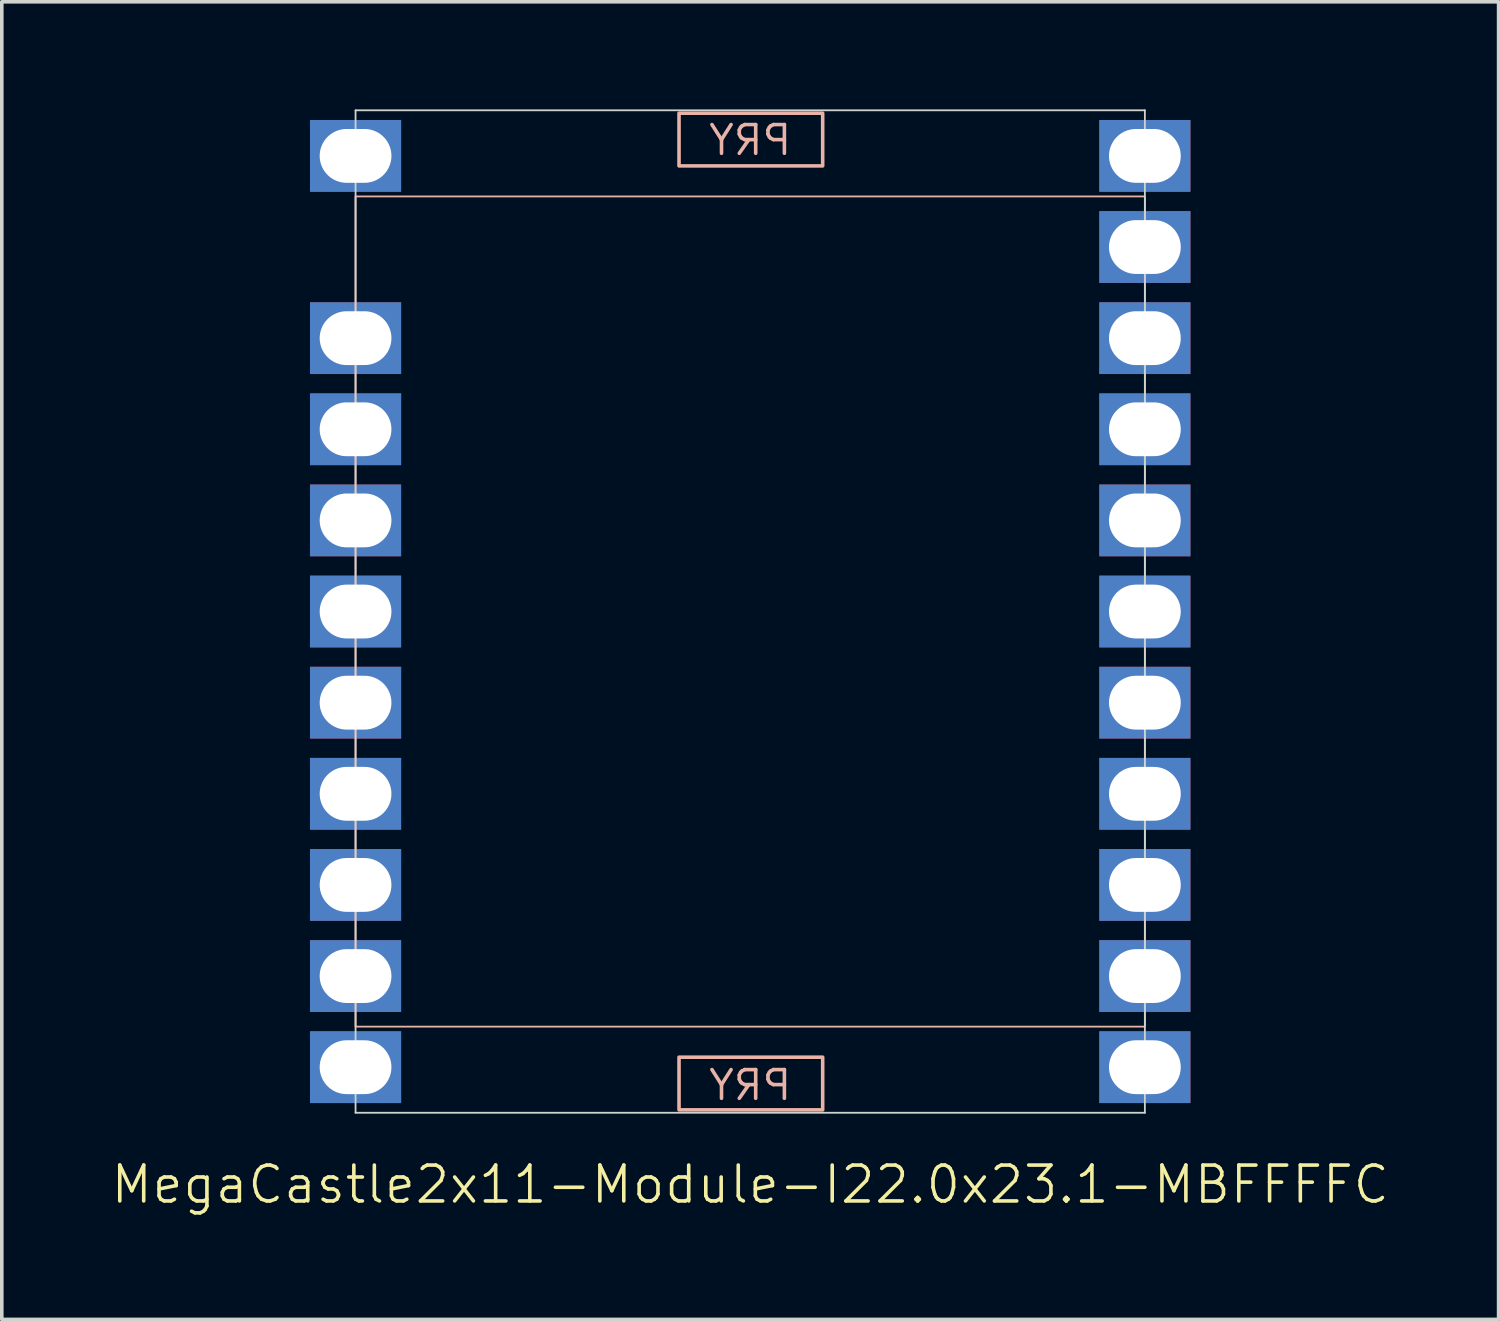
<source format=kicad_pcb>
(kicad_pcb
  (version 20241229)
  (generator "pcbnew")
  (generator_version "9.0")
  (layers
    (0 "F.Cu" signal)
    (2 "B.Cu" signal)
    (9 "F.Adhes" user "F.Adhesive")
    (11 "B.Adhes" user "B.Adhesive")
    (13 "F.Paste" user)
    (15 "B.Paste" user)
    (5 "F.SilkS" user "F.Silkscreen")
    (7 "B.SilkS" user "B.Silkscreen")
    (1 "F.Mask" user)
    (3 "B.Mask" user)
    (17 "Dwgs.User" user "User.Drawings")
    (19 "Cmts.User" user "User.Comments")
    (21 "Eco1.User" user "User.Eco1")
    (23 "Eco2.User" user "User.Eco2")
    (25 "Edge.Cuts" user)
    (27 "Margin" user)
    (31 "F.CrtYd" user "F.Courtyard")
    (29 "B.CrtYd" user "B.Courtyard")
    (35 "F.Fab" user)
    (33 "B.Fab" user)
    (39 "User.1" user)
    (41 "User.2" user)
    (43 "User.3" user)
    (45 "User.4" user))
  (footprint "MegaCastle2x11-Module-I22.0x23.1-MBFFFFC"
    (layer "F.Cu")
    (at 17.86 13.995)
    (property "Reference" "MegaCastle2x11-Module-I22.0x23.1-MBFFFFC" (at 0 15.97 0) (unlocked yes) (layer "F.SilkS") (effects (font (size 1 1) (thickness 0.1))))
    (attr smd)
    (fp_rect (start -11 11.57) (end 11 -11.57) (stroke (width 0.05) (type default)) (fill no) (layer "B.SilkS"))
    (fp_rect (start -1.984 -12.421) (end 2.02 -13.89) (stroke (width 0.1) (type default)) (fill no) (layer "B.SilkS"))
    (fp_rect (start -1.984 12.421) (end 2.02 13.89) (stroke (width 0.1) (type default)) (fill no) (layer "B.SilkS"))
    (fp_line (start -11 -13.97) (end -11 13.97) (stroke (width 0.05) (type default)) (layer "Edge.Cuts"))
    (fp_line (start -11 -13.97) (end 11 -13.97) (stroke (width 0.05) (type default)) (layer "Edge.Cuts"))
    (fp_line (start -11 13.97) (end 11 13.97) (stroke (width 0.05) (type default)) (layer "Edge.Cuts"))
    (fp_line (start 11 -13.97) (end 11 13.97) (stroke (width 0.05) (type default)) (layer "Edge.Cuts"))
    (fp_text user "PRY" (at 0 -12.67 0) (unlocked yes) (layer "B.SilkS") (effects (font (size 0.8 0.8) (thickness 0.1)) (justify bottom mirror)))
    (fp_text user "PRY" (at 0 13.67 0) (unlocked yes) (layer "B.SilkS") (effects (font (size 0.8 0.8) (thickness 0.1)) (justify bottom mirror)))
    (pad "1" thru_hole rect (at -11 -12.7) (size 2.54 2) (drill oval 2 1.5) (property pad_prop_castellated) (layers "*.Cu" "*.Mask"))
    (pad "3" thru_hole rect (at -11 -7.62) (size 2.54 2) (drill oval 2 1.5) (property pad_prop_castellated) (layers "*.Cu" "*.Mask"))
    (pad "4" thru_hole rect (at -11 -5.08) (size 2.54 2) (drill oval 2 1.5) (property pad_prop_castellated) (layers "*.Cu" "*.Mask"))
    (pad "5" thru_hole rect (at -11 -2.54) (size 2.54 2) (drill oval 2 1.5) (property pad_prop_castellated) (layers "*.Cu" "*.Mask"))
    (pad "6" thru_hole rect (at -11 0) (size 2.54 2) (drill oval 2 1.5) (property pad_prop_castellated) (layers "*.Cu" "*.Mask"))
    (pad "7" thru_hole rect (at -11 2.54) (size 2.54 2) (drill oval 2 1.5) (property pad_prop_castellated) (layers "*.Cu" "*.Mask"))
    (pad "8" thru_hole rect (at -11 5.08) (size 2.54 2) (drill oval 2 1.5) (property pad_prop_castellated) (layers "*.Cu" "*.Mask"))
    (pad "9" thru_hole rect (at -11 7.62) (size 2.54 2) (drill oval 2 1.5) (property pad_prop_castellated) (layers "*.Cu" "*.Mask"))
    (pad "10" thru_hole rect (at -11 10.16) (size 2.54 2) (drill oval 2 1.5) (property pad_prop_castellated) (layers "*.Cu" "*.Mask"))
    (pad "11" thru_hole rect (at -11 12.7) (size 2.54 2) (drill oval 2 1.5) (property pad_prop_castellated) (layers "*.Cu" "*.Mask"))
    (pad "12" thru_hole rect (at 11 -12.7) (size 2.54 2) (drill oval 2 1.5) (property pad_prop_castellated) (layers "*.Cu" "*.Mask"))
    (pad "13" thru_hole rect (at 11 -10.16) (size 2.54 2) (drill oval 2 1.5) (property pad_prop_castellated) (layers "*.Cu" "*.Mask"))
    (pad "14" thru_hole rect (at 11 -7.62) (size 2.54 2) (drill oval 2 1.5) (property pad_prop_castellated) (layers "*.Cu" "*.Mask"))
    (pad "15" thru_hole rect (at 11 -5.08) (size 2.54 2) (drill oval 2 1.5) (property pad_prop_castellated) (layers "*.Cu" "*.Mask"))
    (pad "16" thru_hole rect (at 11 -2.54) (size 2.54 2) (drill oval 2 1.5) (property pad_prop_castellated) (layers "*.Cu" "*.Mask"))
    (pad "17" thru_hole rect (at 11 0) (size 2.54 2) (drill oval 2 1.5) (property pad_prop_castellated) (layers "*.Cu" "*.Mask"))
    (pad "18" thru_hole rect (at 11 2.54) (size 2.54 2) (drill oval 2 1.5) (property pad_prop_castellated) (layers "*.Cu" "*.Mask"))
    (pad "19" thru_hole rect (at 11 5.08) (size 2.54 2) (drill oval 2 1.5) (property pad_prop_castellated) (layers "*.Cu" "*.Mask"))
    (pad "20" thru_hole rect (at 11 7.62) (size 2.54 2) (drill oval 2 1.5) (property pad_prop_castellated) (layers "*.Cu" "*.Mask"))
    (pad "21" thru_hole rect (at 11 10.16) (size 2.54 2) (drill oval 2 1.5) (property pad_prop_castellated) (layers "*.Cu" "*.Mask"))
    (pad "22" thru_hole rect (at 11 12.7) (size 2.54 2) (drill oval 2 1.5) (property pad_prop_castellated) (layers "*.Cu" "*.Mask"))
    (zone (net_name "") (layer "B.Cu") (hatch edge 0.5) (connect_pads) (min_thickness 0.25) (filled_areas_thickness no) (keepout (tracks allowed) (vias allowed) (pads allowed) (copperpour allowed) (footprints not_allowed)) (placement (enabled no)) (fill) (polygon (pts (xy 6.86 27.965) (xy 6.86 0.025))))
    (zone (net_name "") (layer "B.Cu") (hatch edge 0.5) (connect_pads) (min_thickness 0.25) (filled_areas_thickness no) (keepout (tracks allowed) (vias allowed) (pads allowed) (copperpour allowed) (footprints not_allowed)) (placement (enabled no)) (fill) (polygon (pts (xy 28.86 27.965) (xy 28.86 0.025))))
    (zone (net_name "") (layer "B.Cu") (hatch edge 0.5) (connect_pads) (min_thickness 0.25) (filled_areas_thickness no) (keepout (tracks allowed) (vias allowed) (pads allowed) (copperpour allowed) (footprints not_allowed)) (placement (enabled no)) (fill) (polygon (pts (xy 6.86 0.025) (xy 6.86 2.425) (xy 28.86 2.425) (xy 28.86 0.025))))
    (zone (net_name "") (layer "B.Cu") (hatch edge 0.5) (connect_pads) (min_thickness 0.25) (filled_areas_thickness no) (keepout (tracks allowed) (vias allowed) (pads allowed) (copperpour allowed) (footprints not_allowed)) (placement (enabled no)) (fill) (polygon (pts (xy 6.86 27.965) (xy 6.86 25.565) (xy 28.86 25.565) (xy 28.86 27.965))))
    (zone (net_name "") (layer "B.Cu") (name "Upper Pry Zone") (hatch edge 0.5) (connect_pads) (min_thickness 0.25) (filled_areas_thickness no) (keepout (tracks not_allowed) (vias not_allowed) (pads not_allowed) (copperpour allowed) (footprints not_allowed)) (placement (enabled no)) (fill) (polygon (pts (xy 15.875 1.574) (xy 15.875 0.105) (xy 19.879 0.105) (xy 19.879 1.574))))
    (zone (net_name "") (layer "B.Cu") (name "Upper Pry Zone") (hatch edge 0.5) (connect_pads) (min_thickness 0.25) (filled_areas_thickness no) (keepout (tracks not_allowed) (vias not_allowed) (pads not_allowed) (copperpour allowed) (footprints not_allowed)) (placement (enabled no)) (fill) (polygon (pts (xy 15.875 26.416) (xy 15.875 27.885) (xy 19.879 27.885) (xy 19.879 26.416)))))
  (gr_rect
    (start -3 -3)
    (end 38.719 33.725)
    (stroke (width 0.1) (type default))
    (fill no)
    (layer "Edge.Cuts")))
</source>
